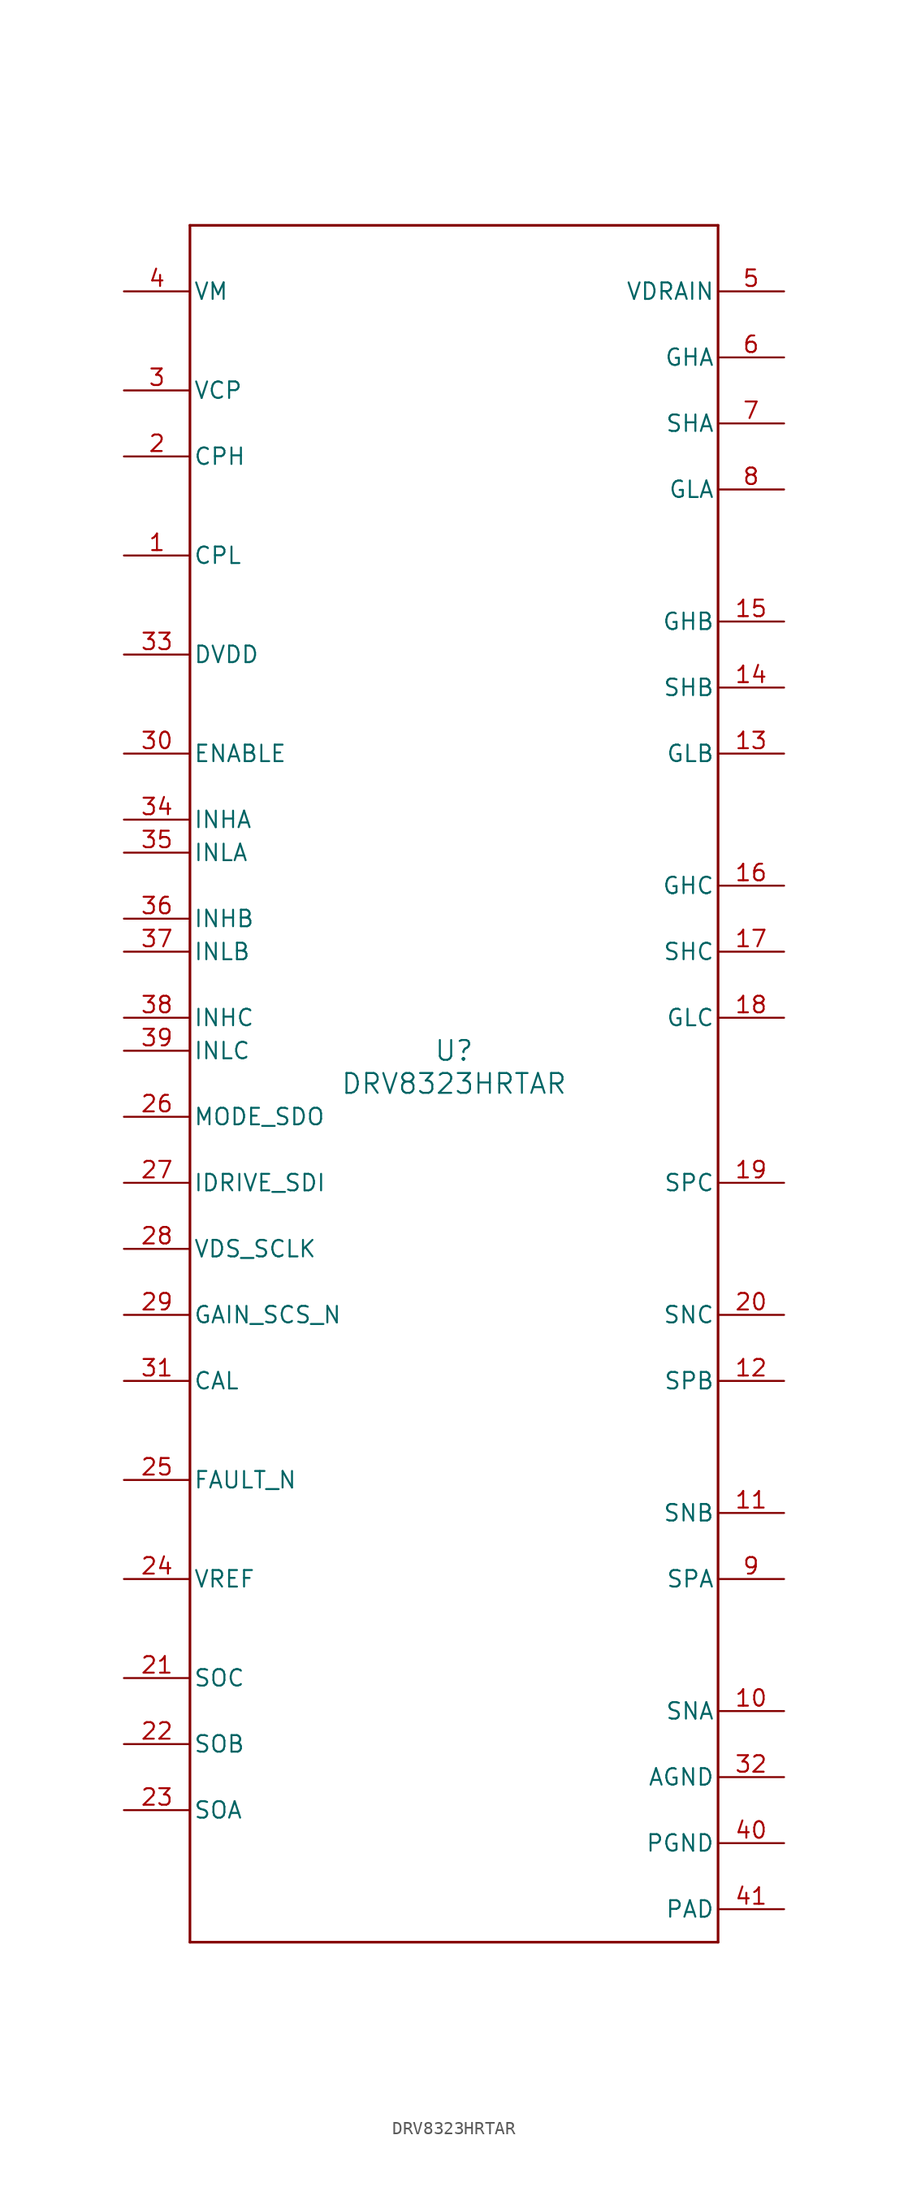
<source format=kicad_sym>
(kicad_symbol_lib
  (version 20211014)
  (generator kicad_symbol_editor)
  (symbol "DRV8323HRTAR"
    (pin_names
      (offset 0.254))
    (property "Reference" "U"
      (at 0 2.54 0)
      (effects (font (size 1.524 1.524))))
    (property "Value" "DRV8323HRTAR"
      (at 0 0 0)
      (effects (font (size 1.524 1.524))))
    (symbol "DRV8323HRTAR_0_1"
      (polyline (pts (xy -20.32 -66.04) (xy 20.32 -66.04)) (stroke (width 0.203) (type default) (color 0 0 0 0)) (fill (type none)))
      (polyline (pts (xy 20.32 -66.04) (xy 20.32 66.04)) (stroke (width 0.203) (type default) (color 0 0 0 0)) (fill (type none)))
      (polyline (pts (xy 20.32 66.04) (xy -20.32 66.04)) (stroke (width 0.203) (type default) (color 0 0 0 0)) (fill (type none)))
      (polyline (pts (xy -20.32 66.04) (xy -20.32 -66.04)) (stroke (width 0.203) (type default) (color 0 0 0 0)) (fill (type none)))
      (pin unspecified line (at -25.4 40.64 0) (length 5.08) (name "CPL" (effects (font (size 1.27 1.27)))) (number "1" (effects (font (size 1.27 1.27)))))
      (pin unspecified line (at -25.4 48.26 0) (length 5.08) (name "CPH" (effects (font (size 1.27 1.27)))) (number "2" (effects (font (size 1.27 1.27)))))
      (pin power_in line (at -25.4 53.34 0) (length 5.08) (name "VCP" (effects (font (size 1.27 1.27)))) (number "3" (effects (font (size 1.27 1.27)))))
      (pin power_in line (at -25.4 60.96 0) (length 5.08) (name "VM" (effects (font (size 1.27 1.27)))) (number "4" (effects (font (size 1.27 1.27)))))
      (pin input line (at 25.4 60.96 180) (length 5.08) (name "VDRAIN" (effects (font (size 1.27 1.27)))) (number "5" (effects (font (size 1.27 1.27)))))
      (pin output line (at 25.4 55.88 180) (length 5.08) (name "GHA" (effects (font (size 1.27 1.27)))) (number "6" (effects (font (size 1.27 1.27)))))
      (pin input line (at 25.4 50.8 180) (length 5.08) (name "SHA" (effects (font (size 1.27 1.27)))) (number "7" (effects (font (size 1.27 1.27)))))
      (pin output line (at 25.4 45.72 180) (length 5.08) (name "GLA" (effects (font (size 1.27 1.27)))) (number "8" (effects (font (size 1.27 1.27)))))
      (pin input line (at 25.4 -38.1 180) (length 5.08) (name "SPA" (effects (font (size 1.27 1.27)))) (number "9" (effects (font (size 1.27 1.27)))))
      (pin input line (at 25.4 -48.26 180) (length 5.08) (name "SNA" (effects (font (size 1.27 1.27)))) (number "10" (effects (font (size 1.27 1.27)))))
      (pin input line (at 25.4 -33.02 180) (length 5.08) (name "SNB" (effects (font (size 1.27 1.27)))) (number "11" (effects (font (size 1.27 1.27)))))
      (pin input line (at 25.4 -22.86 180) (length 5.08) (name "SPB" (effects (font (size 1.27 1.27)))) (number "12" (effects (font (size 1.27 1.27)))))
      (pin output line (at 25.4 25.4 180) (length 5.08) (name "GLB" (effects (font (size 1.27 1.27)))) (number "13" (effects (font (size 1.27 1.27)))))
      (pin input line (at 25.4 30.48 180) (length 5.08) (name "SHB" (effects (font (size 1.27 1.27)))) (number "14" (effects (font (size 1.27 1.27)))))
      (pin output line (at 25.4 35.56 180) (length 5.08) (name "GHB" (effects (font (size 1.27 1.27)))) (number "15" (effects (font (size 1.27 1.27)))))
      (pin output line (at 25.4 15.24 180) (length 5.08) (name "GHC" (effects (font (size 1.27 1.27)))) (number "16" (effects (font (size 1.27 1.27)))))
      (pin input line (at 25.4 10.16 180) (length 5.08) (name "SHC" (effects (font (size 1.27 1.27)))) (number "17" (effects (font (size 1.27 1.27)))))
      (pin output line (at 25.4 5.08 180) (length 5.08) (name "GLC" (effects (font (size 1.27 1.27)))) (number "18" (effects (font (size 1.27 1.27)))))
      (pin input line (at 25.4 -7.62 180) (length 5.08) (name "SPC" (effects (font (size 1.27 1.27)))) (number "19" (effects (font (size 1.27 1.27)))))
      (pin input line (at 25.4 -17.78 180) (length 5.08) (name "SNC" (effects (font (size 1.27 1.27)))) (number "20" (effects (font (size 1.27 1.27)))))
      (pin output line (at -25.4 -45.72 0) (length 5.08) (name "SOC" (effects (font (size 1.27 1.27)))) (number "21" (effects (font (size 1.27 1.27)))))
      (pin output line (at -25.4 -50.8 0) (length 5.08) (name "SOB" (effects (font (size 1.27 1.27)))) (number "22" (effects (font (size 1.27 1.27)))))
      (pin output line (at -25.4 -55.88 0) (length 5.08) (name "SOA" (effects (font (size 1.27 1.27)))) (number "23" (effects (font (size 1.27 1.27)))))
      (pin input line (at -25.4 -38.1 0) (length 5.08) (name "VREF" (effects (font (size 1.27 1.27)))) (number "24" (effects (font (size 1.27 1.27)))))
      (pin open_collector line (at -25.4 -30.48 0) (length 5.08) (name "FAULT_N" (effects (font (size 1.27 1.27)))) (number "25" (effects (font (size 1.27 1.27)))))
      (pin unspecified line (at -25.4 -2.54 0) (length 5.08) (name "MODE_SDO" (effects (font (size 1.27 1.27)))) (number "26" (effects (font (size 1.27 1.27)))))
      (pin input line (at -25.4 -7.62 0) (length 5.08) (name "IDRIVE_SDI" (effects (font (size 1.27 1.27)))) (number "27" (effects (font (size 1.27 1.27)))))
      (pin input line (at -25.4 -12.7 0) (length 5.08) (name "VDS_SCLK" (effects (font (size 1.27 1.27)))) (number "28" (effects (font (size 1.27 1.27)))))
      (pin input line (at -25.4 -17.78 0) (length 5.08) (name "GAIN_SCS_N" (effects (font (size 1.27 1.27)))) (number "29" (effects (font (size 1.27 1.27)))))
      (pin input line (at -25.4 25.4 0) (length 5.08) (name "ENABLE" (effects (font (size 1.27 1.27)))) (number "30" (effects (font (size 1.27 1.27)))))
      (pin input line (at -25.4 -22.86 0) (length 5.08) (name "CAL" (effects (font (size 1.27 1.27)))) (number "31" (effects (font (size 1.27 1.27)))))
      (pin power_in line (at 25.4 -53.34 180) (length 5.08) (name "AGND" (effects (font (size 1.27 1.27)))) (number "32" (effects (font (size 1.27 1.27)))))
      (pin power_in line (at -25.4 33.02 0) (length 5.08) (name "DVDD" (effects (font (size 1.27 1.27)))) (number "33" (effects (font (size 1.27 1.27)))))
      (pin input line (at -25.4 20.32 0) (length 5.08) (name "INHA" (effects (font (size 1.27 1.27)))) (number "34" (effects (font (size 1.27 1.27)))))
      (pin input line (at -25.4 17.78 0) (length 5.08) (name "INLA" (effects (font (size 1.27 1.27)))) (number "35" (effects (font (size 1.27 1.27)))))
      (pin input line (at -25.4 12.7 0) (length 5.08) (name "INHB" (effects (font (size 1.27 1.27)))) (number "36" (effects (font (size 1.27 1.27)))))
      (pin input line (at -25.4 10.16 0) (length 5.08) (name "INLB" (effects (font (size 1.27 1.27)))) (number "37" (effects (font (size 1.27 1.27)))))
      (pin input line (at -25.4 5.08 0) (length 5.08) (name "INHC" (effects (font (size 1.27 1.27)))) (number "38" (effects (font (size 1.27 1.27)))))
      (pin input line (at -25.4 2.54 0) (length 5.08) (name "INLC" (effects (font (size 1.27 1.27)))) (number "39" (effects (font (size 1.27 1.27)))))
      (pin power_in line (at 25.4 -58.42 180) (length 5.08) (name "PGND" (effects (font (size 1.27 1.27)))) (number "40" (effects (font (size 1.27 1.27)))))
      (pin power_in line (at 25.4 -63.5 180) (length 5.08) (name "PAD" (effects (font (size 1.27 1.27)))) (number "41" (effects (font (size 1.27 1.27))))))))
</source>
